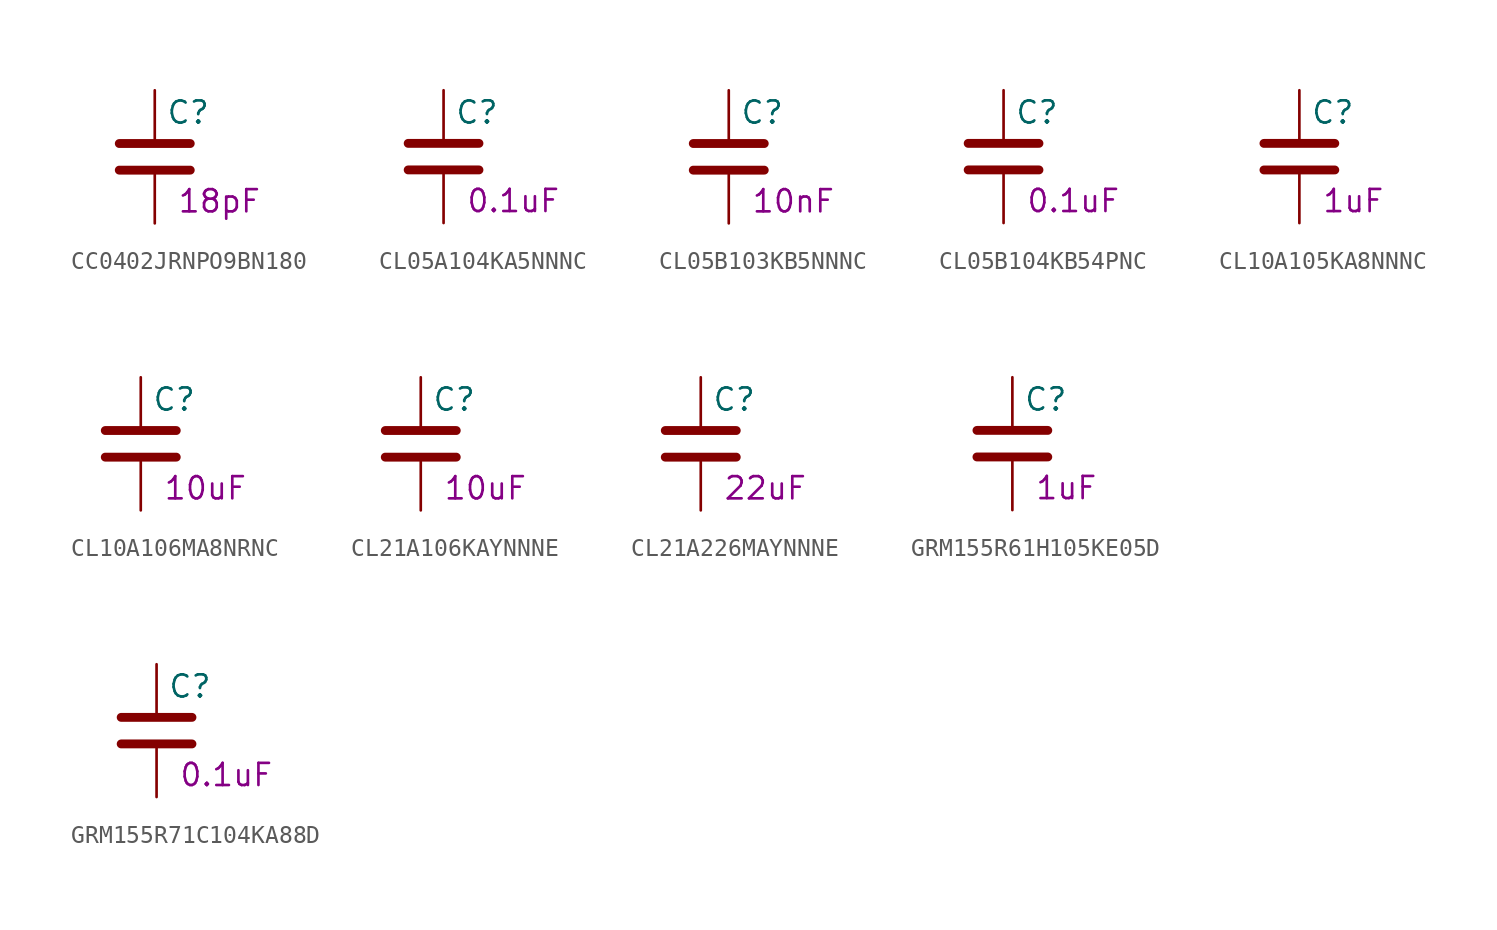
<source format=kicad_sym>
(kicad_symbol_lib
  (version 20220914)
  (generator kicad_symbol_editor)
  (symbol "CC0402JRNPO9BN180"
    (pin_numbers hide)
    (pin_names
      (offset 0.254))
    (property "Reference" "C"
      (at 0.635 2.54 0)
      (effects (font (size 1.27 1.27)) (justify left)))
    (property "Capacitance" "18pF"
      (at 1.27 -2.54 0)
      (effects (font (size 1.27 1.27)) (justify left)))
    (symbol "CC0402JRNPO9BN180_0_1"
      (polyline (pts (xy -2.032 -0.762) (xy 2.032 -0.762)) (stroke (width 0.508) (type default)) (fill (type none)))
      (polyline (pts (xy -2.032 0.762) (xy 2.032 0.762)) (stroke (width 0.508) (type default)) (fill (type none))))
    (symbol "CC0402JRNPO9BN180_1_1"
      (pin passive line (at 0 3.81 270) (length 2.794) (name "~" (effects (font (size 1.27 1.27)))) (number "1" (effects (font (size 1.27 1.27)))))
      (pin passive line (at 0 -3.81 90) (length 2.794) (name "~" (effects (font (size 1.27 1.27)))) (number "2" (effects (font (size 1.27 1.27)))))))
  (symbol "CL05A104KA5NNNC"
    (pin_numbers hide)
    (pin_names
      (offset 0.254))
    (property "Reference" "C"
      (at 0.635 2.54 0)
      (effects (font (size 1.27 1.27)) (justify left)))
    (property "Capacitance" "0.1uF"
      (at 1.27 -2.54 0)
      (effects (font (size 1.27 1.27)) (justify left)))
    (symbol "CL05A104KA5NNNC_0_1"
      (polyline (pts (xy -2.032 -0.762) (xy 2.032 -0.762)) (stroke (width 0.508) (type default)) (fill (type none)))
      (polyline (pts (xy -2.032 0.762) (xy 2.032 0.762)) (stroke (width 0.508) (type default)) (fill (type none))))
    (symbol "CL05A104KA5NNNC_1_1"
      (pin passive line (at 0 3.81 270) (length 2.794) (name "~" (effects (font (size 1.27 1.27)))) (number "1" (effects (font (size 1.27 1.27)))))
      (pin passive line (at 0 -3.81 90) (length 2.794) (name "~" (effects (font (size 1.27 1.27)))) (number "2" (effects (font (size 1.27 1.27)))))))
  (symbol "CL05B103KB5NNNC"
    (pin_numbers hide)
    (pin_names
      (offset 0.254))
    (property "Reference" "C"
      (at 0.635 2.54 0)
      (effects (font (size 1.27 1.27)) (justify left)))
    (property "Capacitance" "10nF"
      (at 1.27 -2.54 0)
      (effects (font (size 1.27 1.27)) (justify left)))
    (symbol "CL05B103KB5NNNC_0_1"
      (polyline (pts (xy -2.032 -0.762) (xy 2.032 -0.762)) (stroke (width 0.508) (type default)) (fill (type none)))
      (polyline (pts (xy -2.032 0.762) (xy 2.032 0.762)) (stroke (width 0.508) (type default)) (fill (type none))))
    (symbol "CL05B103KB5NNNC_1_1"
      (pin passive line (at 0 3.81 270) (length 2.794) (name "~" (effects (font (size 1.27 1.27)))) (number "1" (effects (font (size 1.27 1.27)))))
      (pin passive line (at 0 -3.81 90) (length 2.794) (name "~" (effects (font (size 1.27 1.27)))) (number "2" (effects (font (size 1.27 1.27)))))))
  (symbol "CL05B104KB54PNC"
    (pin_numbers hide)
    (pin_names
      (offset 0.254))
    (property "Reference" "C"
      (at 0.635 2.54 0)
      (effects (font (size 1.27 1.27)) (justify left)))
    (property "Capacitance" "0.1uF"
      (at 1.27 -2.54 0)
      (effects (font (size 1.27 1.27)) (justify left)))
    (symbol "CL05B104KB54PNC_0_1"
      (polyline (pts (xy -2.032 -0.762) (xy 2.032 -0.762)) (stroke (width 0.508) (type default)) (fill (type none)))
      (polyline (pts (xy -2.032 0.762) (xy 2.032 0.762)) (stroke (width 0.508) (type default)) (fill (type none))))
    (symbol "CL05B104KB54PNC_1_1"
      (pin passive line (at 0 3.81 270) (length 2.794) (name "~" (effects (font (size 1.27 1.27)))) (number "1" (effects (font (size 1.27 1.27)))))
      (pin passive line (at 0 -3.81 90) (length 2.794) (name "~" (effects (font (size 1.27 1.27)))) (number "2" (effects (font (size 1.27 1.27)))))))
  (symbol "CL10A105KA8NNNC"
    (pin_numbers hide)
    (pin_names
      (offset 0.254))
    (property "Reference" "C"
      (at 0.635 2.54 0)
      (effects (font (size 1.27 1.27)) (justify left)))
    (property "Capacitance" "1uF"
      (at 1.27 -2.54 0)
      (effects (font (size 1.27 1.27)) (justify left)))
    (symbol "CL10A105KA8NNNC_0_1"
      (polyline (pts (xy -2.032 -0.762) (xy 2.032 -0.762)) (stroke (width 0.508) (type default)) (fill (type none)))
      (polyline (pts (xy -2.032 0.762) (xy 2.032 0.762)) (stroke (width 0.508) (type default)) (fill (type none))))
    (symbol "CL10A105KA8NNNC_1_1"
      (pin passive line (at 0 3.81 270) (length 2.794) (name "~" (effects (font (size 1.27 1.27)))) (number "1" (effects (font (size 1.27 1.27)))))
      (pin passive line (at 0 -3.81 90) (length 2.794) (name "~" (effects (font (size 1.27 1.27)))) (number "2" (effects (font (size 1.27 1.27)))))))
  (symbol "CL10A106MA8NRNC"
    (pin_numbers hide)
    (pin_names
      (offset 0.254))
    (property "Reference" "C"
      (at 0.635 2.54 0)
      (effects (font (size 1.27 1.27)) (justify left)))
    (property "Capacitance" "10uF"
      (at 1.27 -2.54 0)
      (effects (font (size 1.27 1.27)) (justify left)))
    (symbol "CL10A106MA8NRNC_0_1"
      (polyline (pts (xy -2.032 -0.762) (xy 2.032 -0.762)) (stroke (width 0.508) (type default)) (fill (type none)))
      (polyline (pts (xy -2.032 0.762) (xy 2.032 0.762)) (stroke (width 0.508) (type default)) (fill (type none))))
    (symbol "CL10A106MA8NRNC_1_1"
      (pin passive line (at 0 3.81 270) (length 2.794) (name "~" (effects (font (size 1.27 1.27)))) (number "1" (effects (font (size 1.27 1.27)))))
      (pin passive line (at 0 -3.81 90) (length 2.794) (name "~" (effects (font (size 1.27 1.27)))) (number "2" (effects (font (size 1.27 1.27)))))))
  (symbol "CL21A106KAYNNNE"
    (pin_numbers hide)
    (pin_names
      (offset 0.254))
    (property "Reference" "C"
      (at 0.635 2.54 0)
      (effects (font (size 1.27 1.27)) (justify left)))
    (property "Capacitance" "10uF"
      (at 1.27 -2.54 0)
      (effects (font (size 1.27 1.27)) (justify left)))
    (symbol "CL21A106KAYNNNE_0_1"
      (polyline (pts (xy -2.032 -0.762) (xy 2.032 -0.762)) (stroke (width 0.508) (type default)) (fill (type none)))
      (polyline (pts (xy -2.032 0.762) (xy 2.032 0.762)) (stroke (width 0.508) (type default)) (fill (type none))))
    (symbol "CL21A106KAYNNNE_1_1"
      (pin passive line (at 0 3.81 270) (length 2.794) (name "~" (effects (font (size 1.27 1.27)))) (number "1" (effects (font (size 1.27 1.27)))))
      (pin passive line (at 0 -3.81 90) (length 2.794) (name "~" (effects (font (size 1.27 1.27)))) (number "2" (effects (font (size 1.27 1.27)))))))
  (symbol "CL21A226MAYNNNE"
    (pin_numbers hide)
    (pin_names
      (offset 0.254))
    (property "Reference" "C"
      (at 0.635 2.54 0)
      (effects (font (size 1.27 1.27)) (justify left)))
    (property "Capacitance" "22uF"
      (at 1.27 -2.54 0)
      (effects (font (size 1.27 1.27)) (justify left)))
    (symbol "CL21A226MAYNNNE_0_1"
      (polyline (pts (xy -2.032 -0.762) (xy 2.032 -0.762)) (stroke (width 0.508) (type default)) (fill (type none)))
      (polyline (pts (xy -2.032 0.762) (xy 2.032 0.762)) (stroke (width 0.508) (type default)) (fill (type none))))
    (symbol "CL21A226MAYNNNE_1_1"
      (pin passive line (at 0 3.81 270) (length 2.794) (name "~" (effects (font (size 1.27 1.27)))) (number "1" (effects (font (size 1.27 1.27)))))
      (pin passive line (at 0 -3.81 90) (length 2.794) (name "~" (effects (font (size 1.27 1.27)))) (number "2" (effects (font (size 1.27 1.27)))))))
  (symbol "GRM155R61H105KE05D"
    (pin_numbers hide)
    (pin_names
      (offset 0.254))
    (property "Reference" "C"
      (at 0.635 2.54 0)
      (effects (font (size 1.27 1.27)) (justify left)))
    (property "Capacitance" "1uF"
      (at 1.27 -2.54 0)
      (effects (font (size 1.27 1.27)) (justify left)))
    (symbol "GRM155R61H105KE05D_0_1"
      (polyline (pts (xy -2.032 -0.762) (xy 2.032 -0.762)) (stroke (width 0.508) (type default)) (fill (type none)))
      (polyline (pts (xy -2.032 0.762) (xy 2.032 0.762)) (stroke (width 0.508) (type default)) (fill (type none))))
    (symbol "GRM155R61H105KE05D_1_1"
      (pin passive line (at 0 3.81 270) (length 2.794) (name "~" (effects (font (size 1.27 1.27)))) (number "1" (effects (font (size 1.27 1.27)))))
      (pin passive line (at 0 -3.81 90) (length 2.794) (name "~" (effects (font (size 1.27 1.27)))) (number "2" (effects (font (size 1.27 1.27)))))))
  (symbol "GRM155R71C104KA88D"
    (pin_numbers hide)
    (pin_names
      (offset 0.254))
    (property "Reference" "C"
      (at 0.635 2.54 0)
      (effects (font (size 1.27 1.27)) (justify left)))
    (property "Capacitance" "0.1uF"
      (at 1.27 -2.54 0)
      (effects (font (size 1.27 1.27)) (justify left)))
    (symbol "GRM155R71C104KA88D_0_1"
      (polyline (pts (xy -2.032 -0.762) (xy 2.032 -0.762)) (stroke (width 0.508) (type default)) (fill (type none)))
      (polyline (pts (xy -2.032 0.762) (xy 2.032 0.762)) (stroke (width 0.508) (type default)) (fill (type none))))
    (symbol "GRM155R71C104KA88D_1_1"
      (pin passive line (at 0 3.81 270) (length 2.794) (name "~" (effects (font (size 1.27 1.27)))) (number "1" (effects (font (size 1.27 1.27)))))
      (pin passive line (at 0 -3.81 90) (length 2.794) (name "~" (effects (font (size 1.27 1.27)))) (number "2" (effects (font (size 1.27 1.27))))))))
</source>
